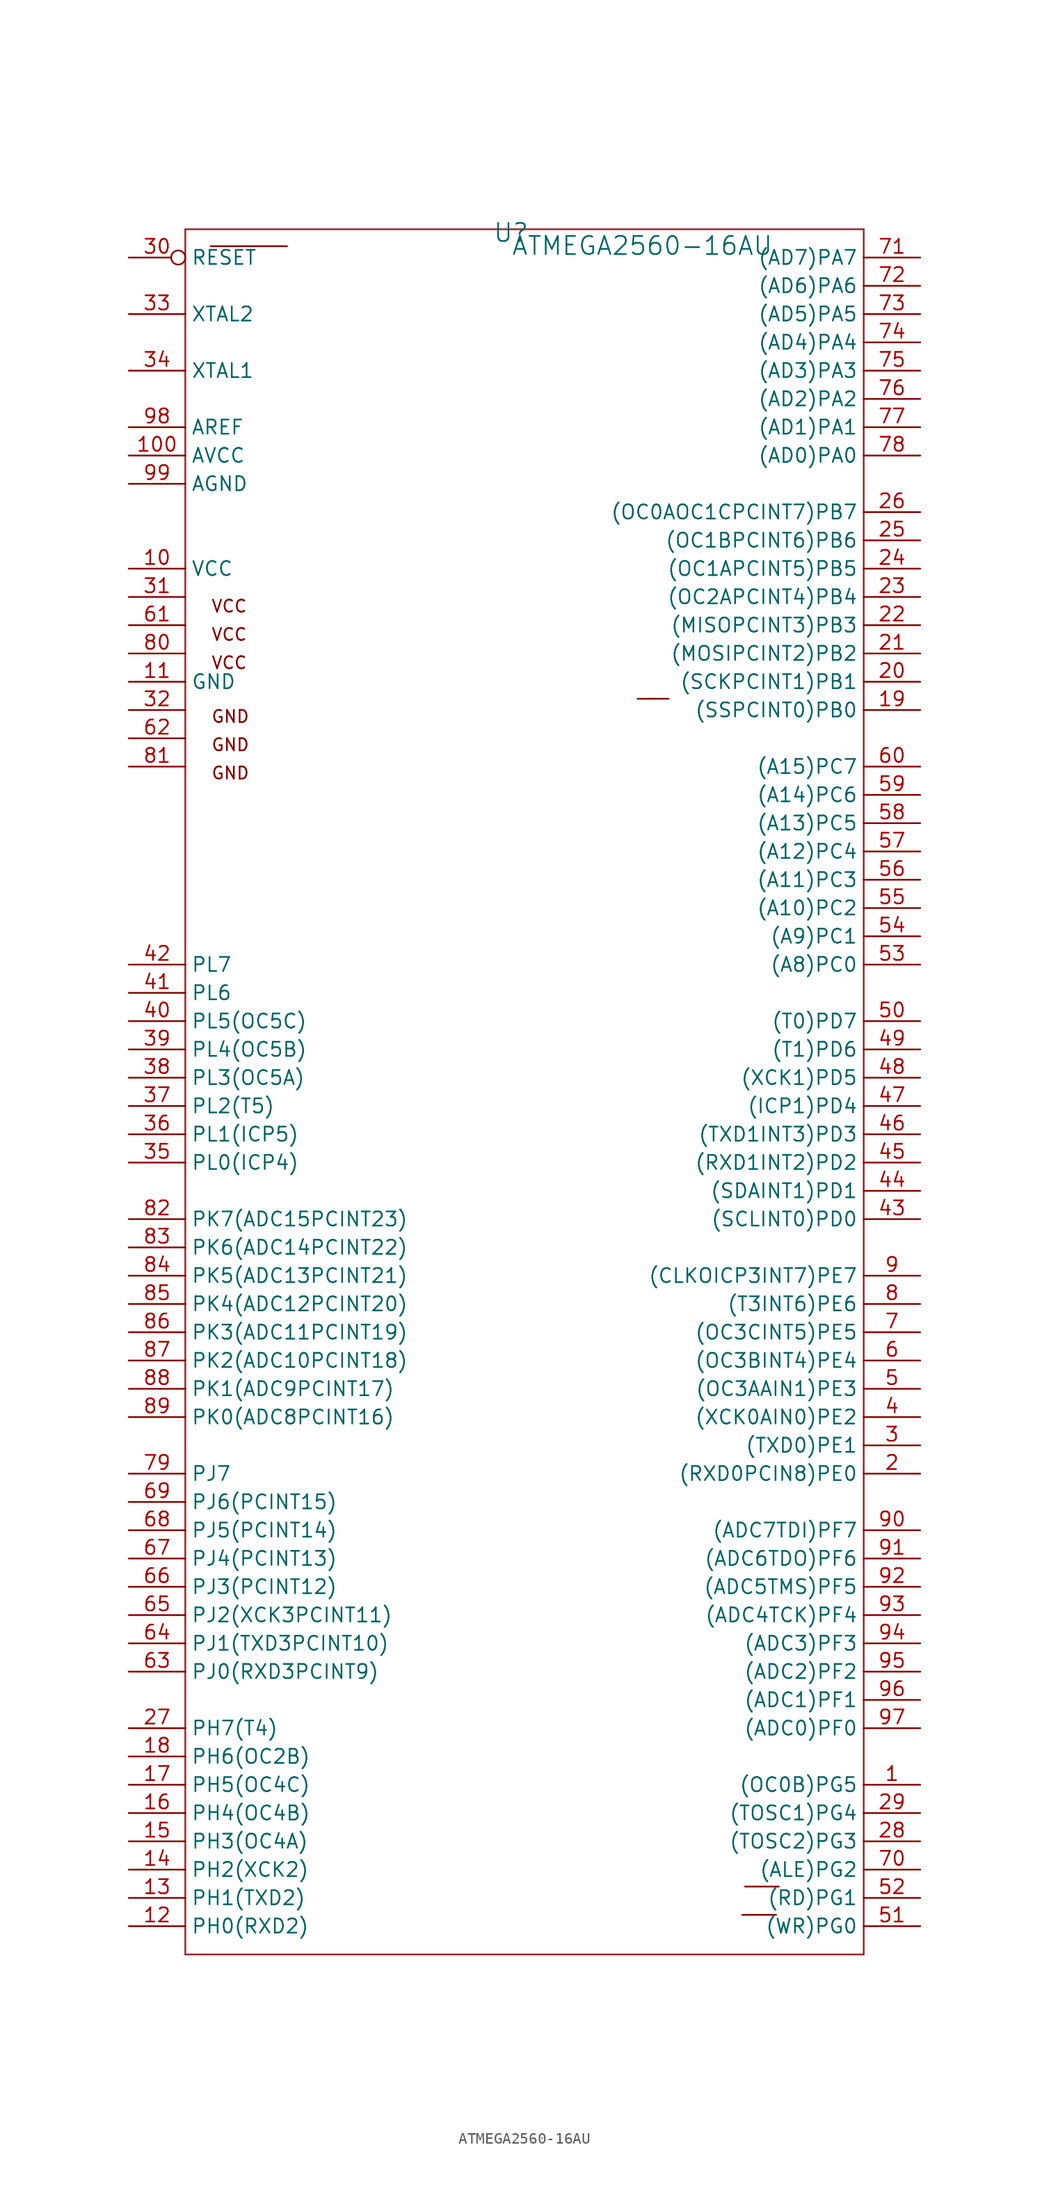
<source format=kicad_sym>
(kicad_symbol_lib
  (version 20241209)
  (generator "kicad_symbol_editor")
  (generator_version "9.0")
  (symbol "ATMEGA2560-16AU"
    (property "Reference" "U"
      (at -1.21 78.428 0)
      (effects (font (size 1.626 1.626))))
    (property "Value" "ATMEGA2560-16AU"
      (at -1.21 76.308 0)
      (effects (font (size 1.626 1.626)) (justify left bottom)))
    (symbol "ATMEGA2560-16AU_1_0"
      (polyline (pts (xy -30.48 78.74) (xy 30.48 78.74)) (stroke (width 0) (type solid) (color 141 35 35 1)) (fill (type none)))
      (polyline (pts (xy -30.48 -76.2) (xy -30.48 78.74)) (stroke (width 0) (type solid) (color 141 35 35 1)) (fill (type none)))
      (polyline (pts (xy -28.194 77.216) (xy -21.336 77.216)) (stroke (width 0) (type solid)) (fill (type none)))
      (polyline (pts (xy 10.16 36.576) (xy 12.954 36.576)) (stroke (width 0) (type solid)) (fill (type none)))
      (polyline (pts (xy 19.558 -72.644) (xy 22.606 -72.644)) (stroke (width 0) (type solid)) (fill (type none)))
      (polyline (pts (xy 19.812 -70.104) (xy 22.86 -70.104)) (stroke (width 0) (type solid)) (fill (type none)))
      (polyline (pts (xy 30.48 78.74) (xy 30.48 -76.2)) (stroke (width 0) (type solid) (color 141 35 35 1)) (fill (type none)))
      (polyline (pts (xy 30.48 -76.2) (xy -30.48 -76.2)) (stroke (width 0) (type solid) (color 141 35 35 1)) (fill (type none)))
      (text "VCC" (at -28.194 44.247 0) (effects (font (size 1.092 1.092)) (justify left bottom)))
      (text "VCC" (at -28.194 41.707 0) (effects (font (size 1.092 1.092)) (justify left bottom)))
      (text "VCC" (at -28.194 39.167 0) (effects (font (size 1.092 1.092)) (justify left bottom)))
      (text "GND" (at -28.194 34.341 0) (effects (font (size 1.092 1.092)) (justify left bottom)))
      (text "GND" (at -28.194 31.801 0) (effects (font (size 1.092 1.092)) (justify left bottom)))
      (text "GND" (at -28.194 29.261 0) (effects (font (size 1.092 1.092)) (justify left bottom)))
      (pin passive inverted (at -35.56 76.2 0) (length 5.08) (name "RESET" (effects (font (size 1.27 1.27)))) (number "30" (effects (font (size 1.27 1.27)))))
      (pin passive line (at -35.56 71.12 0) (length 5.08) (name "XTAL2" (effects (font (size 1.27 1.27)))) (number "33" (effects (font (size 1.27 1.27)))))
      (pin passive line (at -35.56 66.04 0) (length 5.08) (name "XTAL1" (effects (font (size 1.27 1.27)))) (number "34" (effects (font (size 1.27 1.27)))))
      (pin passive line (at -35.56 60.96 0) (length 5.08) (name "AREF" (effects (font (size 1.27 1.27)))) (number "98" (effects (font (size 1.27 1.27)))))
      (pin passive line (at -35.56 58.42 0) (length 5.08) (name "AVCC" (effects (font (size 1.27 1.27)))) (number "100" (effects (font (size 1.27 1.27)))))
      (pin passive line (at -35.56 55.88 0) (length 5.08) (name "AGND" (effects (font (size 1.27 1.27)))) (number "99" (effects (font (size 1.27 1.27)))))
      (pin passive line (at -35.56 48.26 0) (length 5.08) (name "VCC" (effects (font (size 1.27 1.27)))) (number "10" (effects (font (size 1.27 1.27)))))
      (pin passive line (at -35.56 45.72 0) (length 5.08) (name "VCC1" (effects (font (size 0 0)))) (number "31" (effects (font (size 1.27 1.27)))))
      (pin passive line (at -35.56 43.18 0) (length 5.08) (name "VCC2" (effects (font (size 0 0)))) (number "61" (effects (font (size 1.27 1.27)))))
      (pin passive line (at -35.56 40.64 0) (length 5.08) (name "VCC3" (effects (font (size 0 0)))) (number "80" (effects (font (size 1.27 1.27)))))
      (pin passive line (at -35.56 38.1 0) (length 5.08) (name "GND" (effects (font (size 1.27 1.27)))) (number "11" (effects (font (size 1.27 1.27)))))
      (pin passive line (at -35.56 35.56 0) (length 5.08) (name "GND1" (effects (font (size 0 0)))) (number "32" (effects (font (size 1.27 1.27)))))
      (pin passive line (at -35.56 33.02 0) (length 5.08) (name "GND2" (effects (font (size 0 0)))) (number "62" (effects (font (size 1.27 1.27)))))
      (pin passive line (at -35.56 30.48 0) (length 5.08) (name "GND3" (effects (font (size 0 0)))) (number "81" (effects (font (size 1.27 1.27)))))
      (pin passive line (at -35.56 12.7 0) (length 5.08) (name "PL7" (effects (font (size 1.27 1.27)))) (number "42" (effects (font (size 1.27 1.27)))))
      (pin passive line (at -35.56 10.16 0) (length 5.08) (name "PL6" (effects (font (size 1.27 1.27)))) (number "41" (effects (font (size 1.27 1.27)))))
      (pin passive line (at -35.56 7.62 0) (length 5.08) (name "PL5(OC5C)" (effects (font (size 1.27 1.27)))) (number "40" (effects (font (size 1.27 1.27)))))
      (pin passive line (at -35.56 5.08 0) (length 5.08) (name "PL4(OC5B)" (effects (font (size 1.27 1.27)))) (number "39" (effects (font (size 1.27 1.27)))))
      (pin passive line (at -35.56 2.54 0) (length 5.08) (name "PL3(OC5A)" (effects (font (size 1.27 1.27)))) (number "38" (effects (font (size 1.27 1.27)))))
      (pin passive line (at -35.56 0 0) (length 5.08) (name "PL2(T5)" (effects (font (size 1.27 1.27)))) (number "37" (effects (font (size 1.27 1.27)))))
      (pin passive line (at -35.56 -2.54 0) (length 5.08) (name "PL1(ICP5)" (effects (font (size 1.27 1.27)))) (number "36" (effects (font (size 1.27 1.27)))))
      (pin passive line (at -35.56 -5.08 0) (length 5.08) (name "PL0(ICP4)" (effects (font (size 1.27 1.27)))) (number "35" (effects (font (size 1.27 1.27)))))
      (pin passive line (at -35.56 -10.16 0) (length 5.08) (name "PK7(ADC15PCINT23)" (effects (font (size 1.27 1.27)))) (number "82" (effects (font (size 1.27 1.27)))))
      (pin passive line (at -35.56 -12.7 0) (length 5.08) (name "PK6(ADC14PCINT22)" (effects (font (size 1.27 1.27)))) (number "83" (effects (font (size 1.27 1.27)))))
      (pin passive line (at -35.56 -15.24 0) (length 5.08) (name "PK5(ADC13PCINT21)" (effects (font (size 1.27 1.27)))) (number "84" (effects (font (size 1.27 1.27)))))
      (pin passive line (at -35.56 -17.78 0) (length 5.08) (name "PK4(ADC12PCINT20)" (effects (font (size 1.27 1.27)))) (number "85" (effects (font (size 1.27 1.27)))))
      (pin passive line (at -35.56 -20.32 0) (length 5.08) (name "PK3(ADC11PCINT19)" (effects (font (size 1.27 1.27)))) (number "86" (effects (font (size 1.27 1.27)))))
      (pin passive line (at -35.56 -22.86 0) (length 5.08) (name "PK2(ADC10PCINT18)" (effects (font (size 1.27 1.27)))) (number "87" (effects (font (size 1.27 1.27)))))
      (pin passive line (at -35.56 -25.4 0) (length 5.08) (name "PK1(ADC9PCINT17)" (effects (font (size 1.27 1.27)))) (number "88" (effects (font (size 1.27 1.27)))))
      (pin passive line (at -35.56 -27.94 0) (length 5.08) (name "PK0(ADC8PCINT16)" (effects (font (size 1.27 1.27)))) (number "89" (effects (font (size 1.27 1.27)))))
      (pin passive line (at -35.56 -33.02 0) (length 5.08) (name "PJ7" (effects (font (size 1.27 1.27)))) (number "79" (effects (font (size 1.27 1.27)))))
      (pin passive line (at -35.56 -35.56 0) (length 5.08) (name "PJ6(PCINT15)" (effects (font (size 1.27 1.27)))) (number "69" (effects (font (size 1.27 1.27)))))
      (pin passive line (at -35.56 -38.1 0) (length 5.08) (name "PJ5(PCINT14)" (effects (font (size 1.27 1.27)))) (number "68" (effects (font (size 1.27 1.27)))))
      (pin passive line (at -35.56 -40.64 0) (length 5.08) (name "PJ4(PCINT13)" (effects (font (size 1.27 1.27)))) (number "67" (effects (font (size 1.27 1.27)))))
      (pin passive line (at -35.56 -43.18 0) (length 5.08) (name "PJ3(PCINT12)" (effects (font (size 1.27 1.27)))) (number "66" (effects (font (size 1.27 1.27)))))
      (pin passive line (at -35.56 -45.72 0) (length 5.08) (name "PJ2(XCK3PCINT11)" (effects (font (size 1.27 1.27)))) (number "65" (effects (font (size 1.27 1.27)))))
      (pin passive line (at -35.56 -48.26 0) (length 5.08) (name "PJ1(TXD3PCINT10)" (effects (font (size 1.27 1.27)))) (number "64" (effects (font (size 1.27 1.27)))))
      (pin passive line (at -35.56 -50.8 0) (length 5.08) (name "PJ0(RXD3PCINT9)" (effects (font (size 1.27 1.27)))) (number "63" (effects (font (size 1.27 1.27)))))
      (pin passive line (at -35.56 -55.88 0) (length 5.08) (name "PH7(T4)" (effects (font (size 1.27 1.27)))) (number "27" (effects (font (size 1.27 1.27)))))
      (pin passive line (at -35.56 -58.42 0) (length 5.08) (name "PH6(OC2B)" (effects (font (size 1.27 1.27)))) (number "18" (effects (font (size 1.27 1.27)))))
      (pin passive line (at -35.56 -60.96 0) (length 5.08) (name "PH5(OC4C)" (effects (font (size 1.27 1.27)))) (number "17" (effects (font (size 1.27 1.27)))))
      (pin passive line (at -35.56 -63.5 0) (length 5.08) (name "PH4(OC4B)" (effects (font (size 1.27 1.27)))) (number "16" (effects (font (size 1.27 1.27)))))
      (pin passive line (at -35.56 -66.04 0) (length 5.08) (name "PH3(OC4A)" (effects (font (size 1.27 1.27)))) (number "15" (effects (font (size 1.27 1.27)))))
      (pin passive line (at -35.56 -68.58 0) (length 5.08) (name "PH2(XCK2)" (effects (font (size 1.27 1.27)))) (number "14" (effects (font (size 1.27 1.27)))))
      (pin passive line (at -35.56 -71.12 0) (length 5.08) (name "PH1(TXD2)" (effects (font (size 1.27 1.27)))) (number "13" (effects (font (size 1.27 1.27)))))
      (pin passive line (at -35.56 -73.66 0) (length 5.08) (name "PH0(RXD2)" (effects (font (size 1.27 1.27)))) (number "12" (effects (font (size 1.27 1.27)))))
      (pin passive line (at 35.56 76.2 180) (length 5.08) (name "(AD7)PA7" (effects (font (size 1.27 1.27)))) (number "71" (effects (font (size 1.27 1.27)))))
      (pin passive line (at 35.56 73.66 180) (length 5.08) (name "(AD6)PA6" (effects (font (size 1.27 1.27)))) (number "72" (effects (font (size 1.27 1.27)))))
      (pin passive line (at 35.56 71.12 180) (length 5.08) (name "(AD5)PA5" (effects (font (size 1.27 1.27)))) (number "73" (effects (font (size 1.27 1.27)))))
      (pin passive line (at 35.56 68.58 180) (length 5.08) (name "(AD4)PA4" (effects (font (size 1.27 1.27)))) (number "74" (effects (font (size 1.27 1.27)))))
      (pin passive line (at 35.56 66.04 180) (length 5.08) (name "(AD3)PA3" (effects (font (size 1.27 1.27)))) (number "75" (effects (font (size 1.27 1.27)))))
      (pin passive line (at 35.56 63.5 180) (length 5.08) (name "(AD2)PA2" (effects (font (size 1.27 1.27)))) (number "76" (effects (font (size 1.27 1.27)))))
      (pin passive line (at 35.56 60.96 180) (length 5.08) (name "(AD1)PA1" (effects (font (size 1.27 1.27)))) (number "77" (effects (font (size 1.27 1.27)))))
      (pin passive line (at 35.56 58.42 180) (length 5.08) (name "(AD0)PA0" (effects (font (size 1.27 1.27)))) (number "78" (effects (font (size 1.27 1.27)))))
      (pin passive line (at 35.56 53.34 180) (length 5.08) (name "(OC0AOC1CPCINT7)PB7" (effects (font (size 1.27 1.27)))) (number "26" (effects (font (size 1.27 1.27)))))
      (pin passive line (at 35.56 50.8 180) (length 5.08) (name "(OC1BPCINT6)PB6" (effects (font (size 1.27 1.27)))) (number "25" (effects (font (size 1.27 1.27)))))
      (pin passive line (at 35.56 48.26 180) (length 5.08) (name "(OC1APCINT5)PB5" (effects (font (size 1.27 1.27)))) (number "24" (effects (font (size 1.27 1.27)))))
      (pin passive line (at 35.56 45.72 180) (length 5.08) (name "(OC2APCINT4)PB4" (effects (font (size 1.27 1.27)))) (number "23" (effects (font (size 1.27 1.27)))))
      (pin passive line (at 35.56 43.18 180) (length 5.08) (name "(MISOPCINT3)PB3" (effects (font (size 1.27 1.27)))) (number "22" (effects (font (size 1.27 1.27)))))
      (pin passive line (at 35.56 40.64 180) (length 5.08) (name "(MOSIPCINT2)PB2" (effects (font (size 1.27 1.27)))) (number "21" (effects (font (size 1.27 1.27)))))
      (pin passive line (at 35.56 38.1 180) (length 5.08) (name "(SCKPCINT1)PB1" (effects (font (size 1.27 1.27)))) (number "20" (effects (font (size 1.27 1.27)))))
      (pin passive line (at 35.56 35.56 180) (length 5.08) (name "(SSPCINT0)PB0" (effects (font (size 1.27 1.27)))) (number "19" (effects (font (size 1.27 1.27)))))
      (pin passive line (at 35.56 30.48 180) (length 5.08) (name "(A15)PC7" (effects (font (size 1.27 1.27)))) (number "60" (effects (font (size 1.27 1.27)))))
      (pin passive line (at 35.56 27.94 180) (length 5.08) (name "(A14)PC6" (effects (font (size 1.27 1.27)))) (number "59" (effects (font (size 1.27 1.27)))))
      (pin passive line (at 35.56 25.4 180) (length 5.08) (name "(A13)PC5" (effects (font (size 1.27 1.27)))) (number "58" (effects (font (size 1.27 1.27)))))
      (pin passive line (at 35.56 22.86 180) (length 5.08) (name "(A12)PC4" (effects (font (size 1.27 1.27)))) (number "57" (effects (font (size 1.27 1.27)))))
      (pin passive line (at 35.56 20.32 180) (length 5.08) (name "(A11)PC3" (effects (font (size 1.27 1.27)))) (number "56" (effects (font (size 1.27 1.27)))))
      (pin passive line (at 35.56 17.78 180) (length 5.08) (name "(A10)PC2" (effects (font (size 1.27 1.27)))) (number "55" (effects (font (size 1.27 1.27)))))
      (pin passive line (at 35.56 15.24 180) (length 5.08) (name "(A9)PC1" (effects (font (size 1.27 1.27)))) (number "54" (effects (font (size 1.27 1.27)))))
      (pin passive line (at 35.56 12.7 180) (length 5.08) (name "(A8)PC0" (effects (font (size 1.27 1.27)))) (number "53" (effects (font (size 1.27 1.27)))))
      (pin passive line (at 35.56 7.62 180) (length 5.08) (name "(T0)PD7" (effects (font (size 1.27 1.27)))) (number "50" (effects (font (size 1.27 1.27)))))
      (pin passive line (at 35.56 5.08 180) (length 5.08) (name "(T1)PD6" (effects (font (size 1.27 1.27)))) (number "49" (effects (font (size 1.27 1.27)))))
      (pin passive line (at 35.56 2.54 180) (length 5.08) (name "(XCK1)PD5" (effects (font (size 1.27 1.27)))) (number "48" (effects (font (size 1.27 1.27)))))
      (pin passive line (at 35.56 0 180) (length 5.08) (name "(ICP1)PD4" (effects (font (size 1.27 1.27)))) (number "47" (effects (font (size 1.27 1.27)))))
      (pin passive line (at 35.56 -2.54 180) (length 5.08) (name "(TXD1INT3)PD3" (effects (font (size 1.27 1.27)))) (number "46" (effects (font (size 1.27 1.27)))))
      (pin passive line (at 35.56 -5.08 180) (length 5.08) (name "(RXD1INT2)PD2" (effects (font (size 1.27 1.27)))) (number "45" (effects (font (size 1.27 1.27)))))
      (pin passive line (at 35.56 -7.62 180) (length 5.08) (name "(SDAINT1)PD1" (effects (font (size 1.27 1.27)))) (number "44" (effects (font (size 1.27 1.27)))))
      (pin passive line (at 35.56 -10.16 180) (length 5.08) (name "(SCLINT0)PD0" (effects (font (size 1.27 1.27)))) (number "43" (effects (font (size 1.27 1.27)))))
      (pin passive line (at 35.56 -15.24 180) (length 5.08) (name "(CLKOICP3INT7)PE7" (effects (font (size 1.27 1.27)))) (number "9" (effects (font (size 1.27 1.27)))))
      (pin passive line (at 35.56 -17.78 180) (length 5.08) (name "(T3INT6)PE6" (effects (font (size 1.27 1.27)))) (number "8" (effects (font (size 1.27 1.27)))))
      (pin passive line (at 35.56 -20.32 180) (length 5.08) (name "(OC3CINT5)PE5" (effects (font (size 1.27 1.27)))) (number "7" (effects (font (size 1.27 1.27)))))
      (pin passive line (at 35.56 -22.86 180) (length 5.08) (name "(OC3BINT4)PE4" (effects (font (size 1.27 1.27)))) (number "6" (effects (font (size 1.27 1.27)))))
      (pin passive line (at 35.56 -25.4 180) (length 5.08) (name "(OC3AAIN1)PE3" (effects (font (size 1.27 1.27)))) (number "5" (effects (font (size 1.27 1.27)))))
      (pin passive line (at 35.56 -27.94 180) (length 5.08) (name "(XCK0AIN0)PE2" (effects (font (size 1.27 1.27)))) (number "4" (effects (font (size 1.27 1.27)))))
      (pin passive line (at 35.56 -30.48 180) (length 5.08) (name "(TXD0)PE1" (effects (font (size 1.27 1.27)))) (number "3" (effects (font (size 1.27 1.27)))))
      (pin passive line (at 35.56 -33.02 180) (length 5.08) (name "(RXD0PCIN8)PE0" (effects (font (size 1.27 1.27)))) (number "2" (effects (font (size 1.27 1.27)))))
      (pin passive line (at 35.56 -38.1 180) (length 5.08) (name "(ADC7TDI)PF7" (effects (font (size 1.27 1.27)))) (number "90" (effects (font (size 1.27 1.27)))))
      (pin passive line (at 35.56 -40.64 180) (length 5.08) (name "(ADC6TDO)PF6" (effects (font (size 1.27 1.27)))) (number "91" (effects (font (size 1.27 1.27)))))
      (pin passive line (at 35.56 -43.18 180) (length 5.08) (name "(ADC5TMS)PF5" (effects (font (size 1.27 1.27)))) (number "92" (effects (font (size 1.27 1.27)))))
      (pin passive line (at 35.56 -45.72 180) (length 5.08) (name "(ADC4TCK)PF4" (effects (font (size 1.27 1.27)))) (number "93" (effects (font (size 1.27 1.27)))))
      (pin passive line (at 35.56 -48.26 180) (length 5.08) (name "(ADC3)PF3" (effects (font (size 1.27 1.27)))) (number "94" (effects (font (size 1.27 1.27)))))
      (pin passive line (at 35.56 -50.8 180) (length 5.08) (name "(ADC2)PF2" (effects (font (size 1.27 1.27)))) (number "95" (effects (font (size 1.27 1.27)))))
      (pin passive line (at 35.56 -53.34 180) (length 5.08) (name "(ADC1)PF1" (effects (font (size 1.27 1.27)))) (number "96" (effects (font (size 1.27 1.27)))))
      (pin passive line (at 35.56 -55.88 180) (length 5.08) (name "(ADC0)PF0" (effects (font (size 1.27 1.27)))) (number "97" (effects (font (size 1.27 1.27)))))
      (pin passive line (at 35.56 -60.96 180) (length 5.08) (name "(OC0B)PG5" (effects (font (size 1.27 1.27)))) (number "1" (effects (font (size 1.27 1.27)))))
      (pin passive line (at 35.56 -63.5 180) (length 5.08) (name "(TOSC1)PG4" (effects (font (size 1.27 1.27)))) (number "29" (effects (font (size 1.27 1.27)))))
      (pin passive line (at 35.56 -66.04 180) (length 5.08) (name "(TOSC2)PG3" (effects (font (size 1.27 1.27)))) (number "28" (effects (font (size 1.27 1.27)))))
      (pin passive line (at 35.56 -68.58 180) (length 5.08) (name "(ALE)PG2" (effects (font (size 1.27 1.27)))) (number "70" (effects (font (size 1.27 1.27)))))
      (pin passive line (at 35.56 -71.12 180) (length 5.08) (name "(RD)PG1" (effects (font (size 1.27 1.27)))) (number "52" (effects (font (size 1.27 1.27)))))
      (pin passive line (at 35.56 -73.66 180) (length 5.08) (name "(WR)PG0" (effects (font (size 1.27 1.27)))) (number "51" (effects (font (size 1.27 1.27))))))))
</source>
